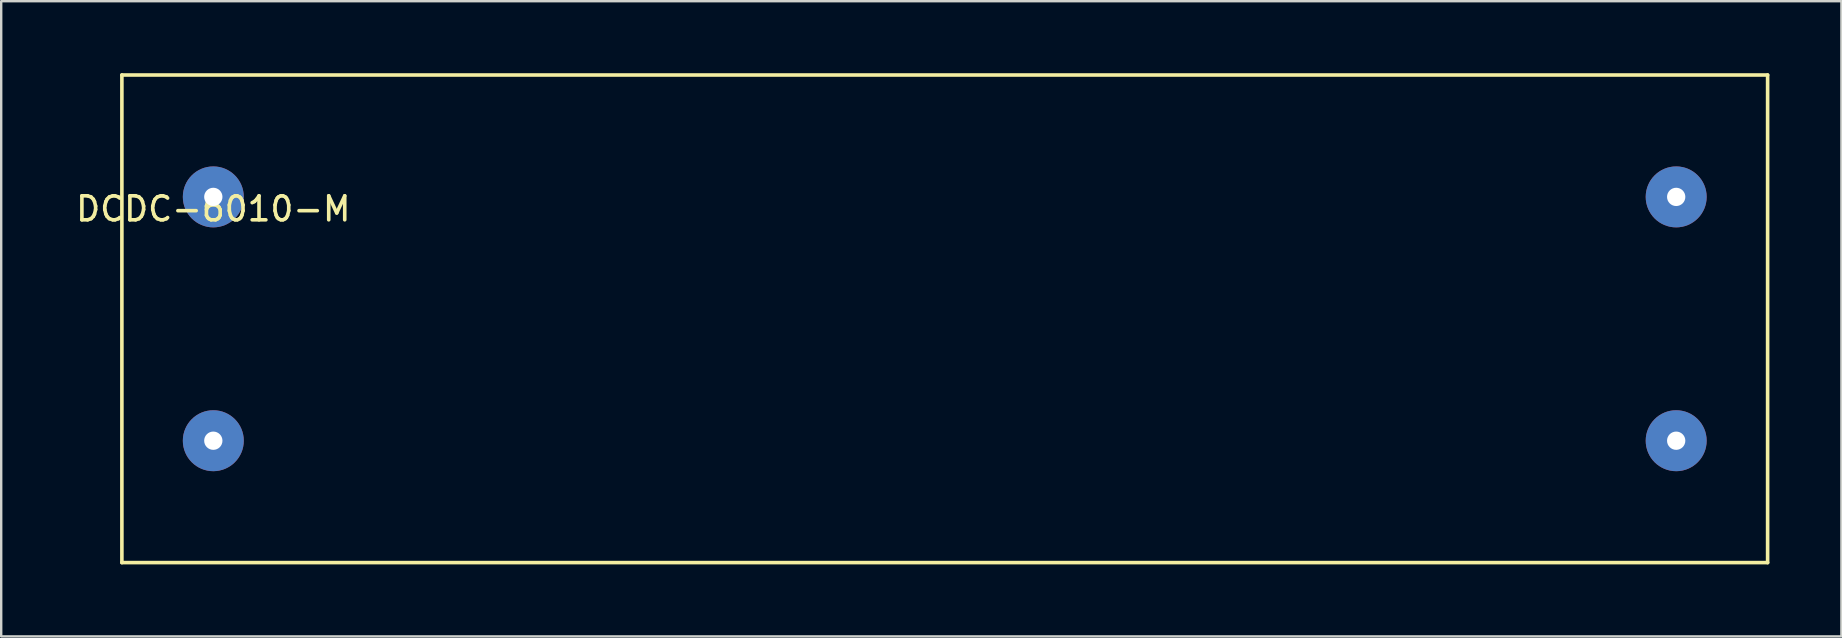
<source format=kicad_pcb>
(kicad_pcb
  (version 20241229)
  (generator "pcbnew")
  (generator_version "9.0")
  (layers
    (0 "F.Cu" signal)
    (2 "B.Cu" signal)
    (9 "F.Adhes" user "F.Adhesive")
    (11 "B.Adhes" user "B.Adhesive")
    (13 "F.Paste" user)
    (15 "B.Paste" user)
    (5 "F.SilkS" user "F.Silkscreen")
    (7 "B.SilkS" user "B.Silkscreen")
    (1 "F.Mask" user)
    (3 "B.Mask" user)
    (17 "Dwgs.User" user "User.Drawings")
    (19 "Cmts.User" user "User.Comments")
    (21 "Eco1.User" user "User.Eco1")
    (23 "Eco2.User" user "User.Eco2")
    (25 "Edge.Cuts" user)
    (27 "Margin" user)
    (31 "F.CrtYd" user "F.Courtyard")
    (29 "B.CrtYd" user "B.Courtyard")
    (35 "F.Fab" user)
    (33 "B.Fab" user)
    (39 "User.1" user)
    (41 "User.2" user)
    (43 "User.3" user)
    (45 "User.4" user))
  (footprint "DCDC-6010-M"
    (layer "F.Cu")
    (at 5.839 5.155)
    (property "Reference" "DCDC-6010-M" (at 0 0.5 0) (layer "F.SilkS") (effects (font (size 1 1) (thickness 0.15))))
    (attr through_hole)
    (fp_line (start -3.81 -5.08) (end -3.81 15.24) (stroke (width 0.15) (type solid)) (layer "F.SilkS"))
    (fp_line (start -3.81 15.24) (end 64.77 15.24) (stroke (width 0.15) (type solid)) (layer "F.SilkS"))
    (fp_line (start 64.77 -5.08) (end -3.81 -5.08) (stroke (width 0.15) (type solid)) (layer "F.SilkS"))
    (fp_line (start 64.77 15.24) (end 64.77 -5.08) (stroke (width 0.15) (type solid)) (layer "F.SilkS"))
    (pad "1" thru_hole circle (at 0 0) (size 2.54 2.54) (drill 0.762) (layers "*.Cu" "*.Mask"))
    (pad "2" thru_hole circle (at 0 10.16) (size 2.54 2.54) (drill 0.762) (layers "*.Cu" "*.Mask"))
    (pad "3" thru_hole circle (at 60.96 0) (size 2.54 2.54) (drill 0.762) (layers "*.Cu" "*.Mask"))
    (pad "4" thru_hole circle (at 60.96 10.16) (size 2.54 2.54) (drill 0.762) (layers "*.Cu" "*.Mask")))
  (gr_rect
    (start -3 -3)
    (end 73.684 23.47)
    (stroke (width 0.1) (type default))
    (fill no)
    (layer "Edge.Cuts")))
</source>
